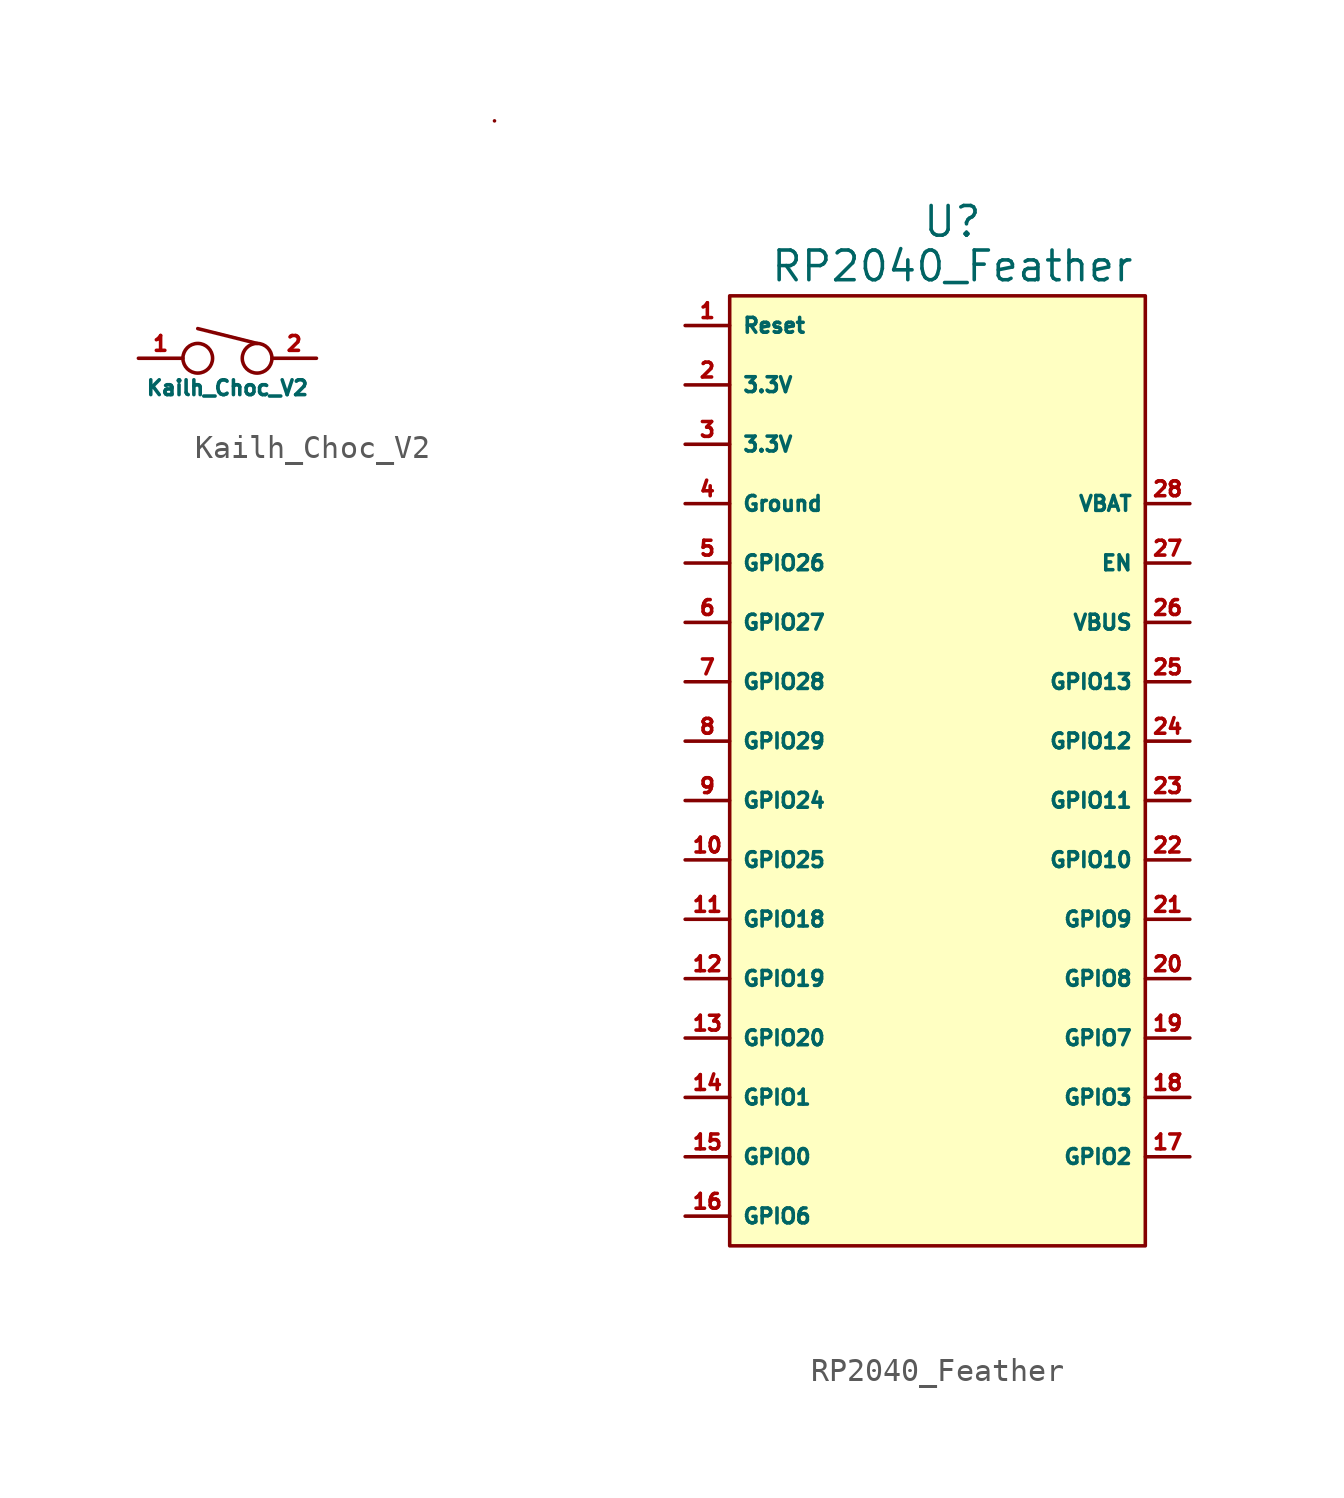
<source format=kicad_sym>
(kicad_symbol_lib
  (version 20211014)
  (generator kicad_symbol_editor)
  (symbol "Kailh_Choc_V2"
    (property "Reference" "U?"
      (at 0 1.905 0)
      (effects (font (size 0.635 0.635)) hide))
    (property "Value" "Kailh_Choc_V2"
      (at 0 -1.27 0)
      (effects (font (size 0.635 0.635))))
    (symbol "Kailh_Choc_V2_0_1"
      (circle (center -1.27 0) (radius 0.635) (stroke (width 0) (type default) (color 0 0 0 0)) (fill (type none)))
      (polyline (pts (xy 1.27 0.635) (xy -1.27 1.27)) (stroke (width 0) (type default) (color 0 0 0 0)) (fill (type none)))
      (circle (center 1.27 0) (radius 0.635) (stroke (width 0) (type default) (color 0 0 0 0)) (fill (type none)))
      (rectangle (start 11.43 10.16) (end 11.43 10.16) (stroke (width 0) (type default) (color 0 0 0 0)) (fill (type none))))
    (symbol "Kailh_Choc_V2_1_1"
      (pin bidirectional line (at -3.81 0 0) (length 1.9) (name "" (effects (font (size 0.635 0.635)))) (number "1" (effects (font (size 0.635 0.635)))))
      (pin bidirectional line (at 3.81 0 180) (length 1.9) (name "" (effects (font (size 0.635 0.635)))) (number "2" (effects (font (size 0.635 0.635)))))))
  (symbol "RP2040_Feather"
    (property "Reference" "U"
      (at 0 24.765 0)
      (effects (font (size 1.27 1.27))))
    (property "Value" "RP2040_Feather"
      (at 0 22.86 0)
      (effects (font (size 1.27 1.27))))
    (symbol "RP2040_Feather_0_1"
      (rectangle (start -9.525 21.59) (end 8.255 -19.05) (stroke (width 0) (type default) (color 0 0 0 0)) (fill (type background))))
    (symbol "RP2040_Feather_1_1"
      (pin bidirectional line (at -11.43 20.32 0) (length 1.9) (name "Reset" (effects (font (size 0.635 0.635)))) (number "1" (effects (font (size 0.635 0.635)))))
      (pin bidirectional line (at -11.43 -2.54 0) (length 1.9) (name "GPIO25" (effects (font (size 0.635 0.635)))) (number "10" (effects (font (size 0.635 0.635)))))
      (pin bidirectional line (at -11.43 -5.08 0) (length 1.9) (name "GPIO18" (effects (font (size 0.635 0.635)))) (number "11" (effects (font (size 0.635 0.635)))))
      (pin bidirectional line (at -11.43 -7.62 0) (length 1.9) (name "GPIO19" (effects (font (size 0.635 0.635)))) (number "12" (effects (font (size 0.635 0.635)))))
      (pin bidirectional line (at -11.43 -10.16 0) (length 1.9) (name "GPIO20" (effects (font (size 0.635 0.635)))) (number "13" (effects (font (size 0.635 0.635)))))
      (pin bidirectional line (at -11.43 -12.7 0) (length 1.9) (name "GPIO1" (effects (font (size 0.635 0.635)))) (number "14" (effects (font (size 0.635 0.635)))))
      (pin bidirectional line (at -11.43 -15.24 0) (length 1.9) (name "GPIO0" (effects (font (size 0.635 0.635)))) (number "15" (effects (font (size 0.635 0.635)))))
      (pin bidirectional line (at -11.43 -17.78 0) (length 1.9) (name "GPIO6" (effects (font (size 0.635 0.635)))) (number "16" (effects (font (size 0.635 0.635)))))
      (pin bidirectional line (at 10.16 -15.24 180) (length 1.9) (name "GPIO2" (effects (font (size 0.635 0.635)))) (number "17" (effects (font (size 0.635 0.635)))))
      (pin bidirectional line (at 10.16 -12.7 180) (length 1.9) (name "GPIO3" (effects (font (size 0.635 0.635)))) (number "18" (effects (font (size 0.635 0.635)))))
      (pin bidirectional line (at 10.16 -10.16 180) (length 1.9) (name "GPIO7" (effects (font (size 0.635 0.635)))) (number "19" (effects (font (size 0.635 0.635)))))
      (pin power_out line (at -11.43 17.78 0) (length 1.9) (name "3.3V" (effects (font (size 0.635 0.635)))) (number "2" (effects (font (size 0.635 0.635)))))
      (pin bidirectional line (at 10.16 -7.62 180) (length 1.9) (name "GPIO8" (effects (font (size 0.635 0.635)))) (number "20" (effects (font (size 0.635 0.635)))))
      (pin bidirectional line (at 10.16 -5.08 180) (length 1.9) (name "GPIO9" (effects (font (size 0.635 0.635)))) (number "21" (effects (font (size 0.635 0.635)))))
      (pin bidirectional line (at 10.16 -2.54 180) (length 1.9) (name "GPIO10" (effects (font (size 0.635 0.635)))) (number "22" (effects (font (size 0.635 0.635)))))
      (pin bidirectional line (at 10.16 0 180) (length 1.9) (name "GPIO11" (effects (font (size 0.635 0.635)))) (number "23" (effects (font (size 0.635 0.635)))))
      (pin bidirectional line (at 10.16 2.54 180) (length 1.9) (name "GPIO12" (effects (font (size 0.635 0.635)))) (number "24" (effects (font (size 0.635 0.635)))))
      (pin bidirectional line (at 10.16 5.08 180) (length 1.9) (name "GPIO13" (effects (font (size 0.635 0.635)))) (number "25" (effects (font (size 0.635 0.635)))))
      (pin bidirectional line (at 10.16 7.62 180) (length 1.9) (name "VBUS" (effects (font (size 0.635 0.635)))) (number "26" (effects (font (size 0.635 0.635)))))
      (pin bidirectional line (at 10.16 10.16 180) (length 1.9) (name "EN" (effects (font (size 0.635 0.635)))) (number "27" (effects (font (size 0.635 0.635)))))
      (pin bidirectional line (at 10.16 12.7 180) (length 1.9) (name "VBAT" (effects (font (size 0.635 0.635)))) (number "28" (effects (font (size 0.635 0.635)))))
      (pin power_out line (at -11.43 15.24 0) (length 1.9) (name "3.3V" (effects (font (size 0.635 0.635)))) (number "3" (effects (font (size 0.635 0.635)))))
      (pin output line (at -11.43 12.7 0) (length 1.9) (name "Ground" (effects (font (size 0.635 0.635)))) (number "4" (effects (font (size 0.635 0.635)))))
      (pin bidirectional line (at -11.43 10.16 0) (length 1.9) (name "GPIO26" (effects (font (size 0.635 0.635)))) (number "5" (effects (font (size 0.635 0.635)))))
      (pin bidirectional line (at -11.43 7.62 0) (length 1.9) (name "GPIO27" (effects (font (size 0.635 0.635)))) (number "6" (effects (font (size 0.635 0.635)))))
      (pin bidirectional line (at -11.43 5.08 0) (length 1.9) (name "GPIO28" (effects (font (size 0.635 0.635)))) (number "7" (effects (font (size 0.635 0.635)))))
      (pin bidirectional line (at -11.43 2.54 0) (length 1.9) (name "GPIO29" (effects (font (size 0.635 0.635)))) (number "8" (effects (font (size 0.635 0.635)))))
      (pin bidirectional line (at -11.43 0 0) (length 1.9) (name "GPIO24" (effects (font (size 0.635 0.635)))) (number "9" (effects (font (size 0.635 0.635))))))))
</source>
